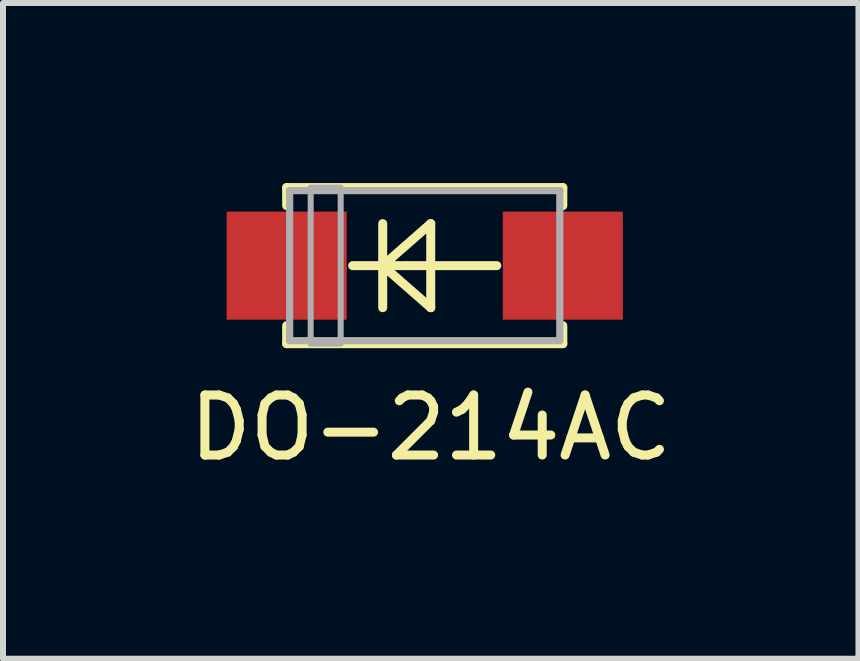
<source format=kicad_pcb>
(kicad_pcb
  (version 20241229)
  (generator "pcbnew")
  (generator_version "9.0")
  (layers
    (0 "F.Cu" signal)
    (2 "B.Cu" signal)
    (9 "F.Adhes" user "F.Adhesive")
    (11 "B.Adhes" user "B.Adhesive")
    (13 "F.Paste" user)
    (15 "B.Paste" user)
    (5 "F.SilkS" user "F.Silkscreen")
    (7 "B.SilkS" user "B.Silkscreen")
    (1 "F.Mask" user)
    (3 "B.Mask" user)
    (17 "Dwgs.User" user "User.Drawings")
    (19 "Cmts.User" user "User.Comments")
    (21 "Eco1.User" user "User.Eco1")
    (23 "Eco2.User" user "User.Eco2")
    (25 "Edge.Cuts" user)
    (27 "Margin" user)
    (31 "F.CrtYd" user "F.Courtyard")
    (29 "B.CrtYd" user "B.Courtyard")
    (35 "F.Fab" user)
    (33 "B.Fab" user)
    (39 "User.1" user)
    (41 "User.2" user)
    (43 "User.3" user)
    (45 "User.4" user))
  (footprint "DO-214AC"
    (layer "F.Cu")
    (at 4.025 1.375)
    (property "Reference" "DO-214AC" (at 0.1 2.7 0) (layer "F.SilkS") (effects (font (size 1 1) (thickness 0.15))))
    (attr through_hole)
    (fp_line (start -2.3 -1.3) (end 2.3 -1.3) (stroke (width 0.15) (type solid)) (layer "F.SilkS"))
    (fp_line (start -2.3 -1) (end -2.3 -1.3) (stroke (width 0.15) (type solid)) (layer "F.SilkS"))
    (fp_line (start -2.3 1.3) (end -2.3 1) (stroke (width 0.15) (type solid)) (layer "F.SilkS"))
    (fp_line (start -0.7 -0.7) (end -0.7 0.7) (stroke (width 0.15) (type solid)) (layer "F.SilkS"))
    (fp_line (start -0.7 0) (end 0.1 -0.7) (stroke (width 0.15) (type solid)) (layer "F.SilkS"))
    (fp_line (start 0.1 -0.7) (end 0.1 0.7) (stroke (width 0.15) (type solid)) (layer "F.SilkS"))
    (fp_line (start 0.1 0.7) (end -0.7 0) (stroke (width 0.15) (type solid)) (layer "F.SilkS"))
    (fp_line (start 1.2 0) (end -1.2 0) (stroke (width 0.15) (type solid)) (layer "F.SilkS"))
    (fp_line (start 2.3 -1.3) (end 2.3 -1) (stroke (width 0.15) (type solid)) (layer "F.SilkS"))
    (fp_line (start 2.3 1) (end 2.3 1.3) (stroke (width 0.15) (type solid)) (layer "F.SilkS"))
    (fp_line (start 2.3 1.3) (end -2.3 1.3) (stroke (width 0.15) (type solid)) (layer "F.SilkS"))
    (fp_line (start -2.25 -1.25) (end -2.25 1.25) (stroke (width 0.12) (type solid)) (layer "F.Fab"))
    (fp_line (start 2.25 -1.25) (end -2.25 -1.25) (stroke (width 0.12) (type solid)) (layer "F.Fab"))
    (fp_line (start 2.25 -1.25) (end 2.25 1.25) (stroke (width 0.12) (type solid)) (layer "F.Fab"))
    (fp_line (start 2.25 1.25) (end -2.25 1.25) (stroke (width 0.12) (type solid)) (layer "F.Fab"))
    (fp_poly (pts (xy -1.4 1.3) (xy -1.9 1.3) (xy -1.9 -1.3) (xy -1.4 -1.3)) (stroke (width 0.1) (type solid)) (fill no) (layer "F.Fab"))
    (pad "1" smd rect (at -2.3 0) (size 2 1.8) (layers "F.Cu" "F.Mask" "F.Paste"))
    (pad "2" smd rect (at 2.3 0) (size 2 1.8) (layers "F.Cu" "F.Mask" "F.Paste")))
  (gr_rect
    (start -3 -3)
    (end 11.25 7.923)
    (stroke (width 0.1) (type default))
    (fill no)
    (layer "Edge.Cuts")))
</source>
